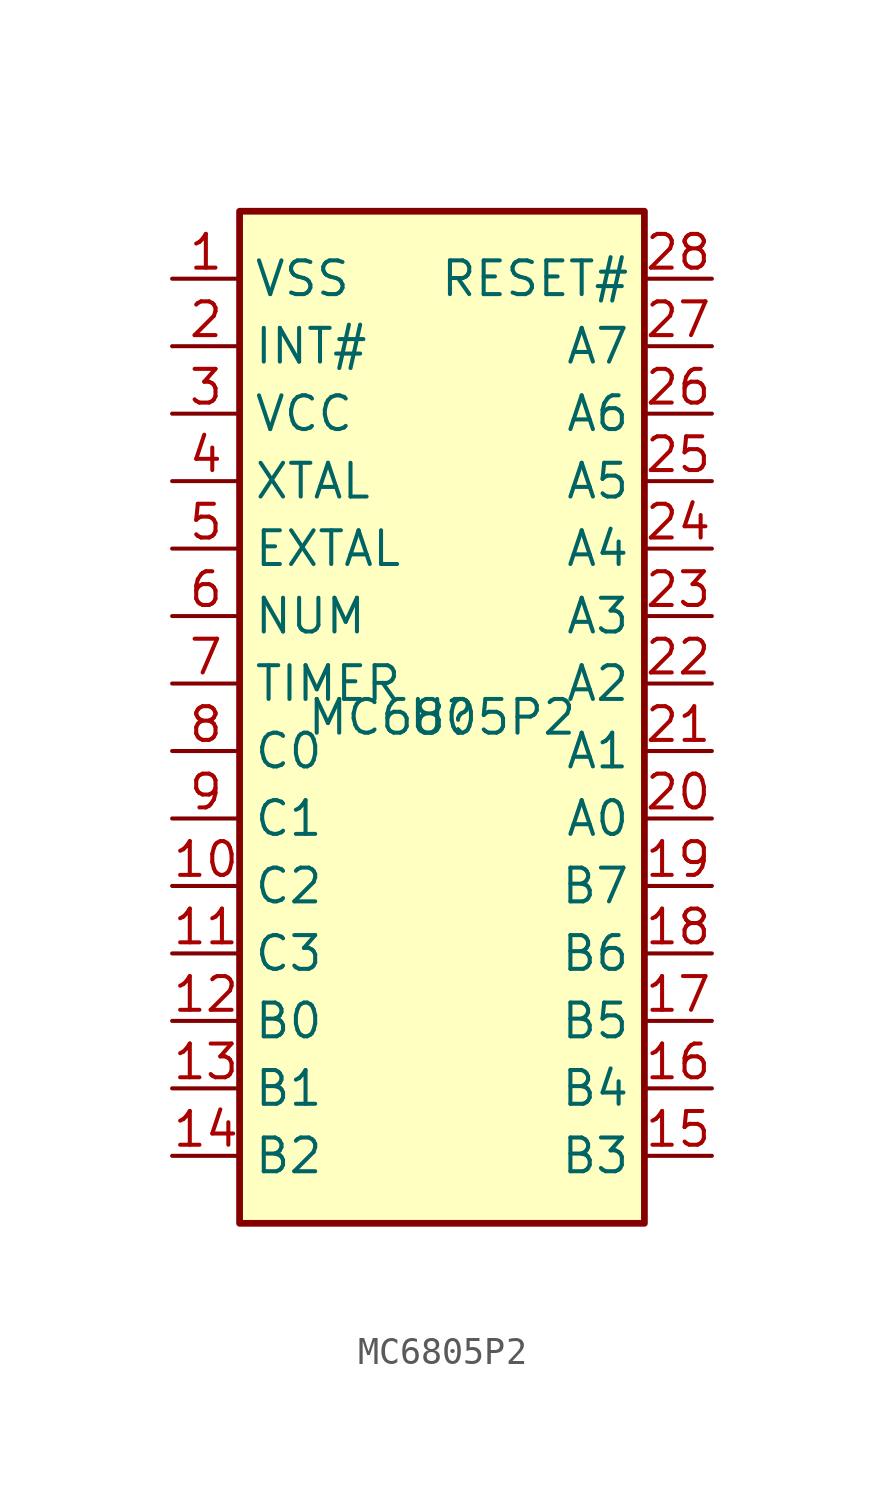
<source format=kicad_sym>
(kicad_symbol_lib
  (version 20231120)
  (generator "kicad_symbol_editor")
  (generator_version "8.0")
  (symbol "MC6805P2"
    (property "Reference" "U"
      (at 0 0 0)
      (effects (font (size 1.27 1.27))))
    (property "Value" "MC6805P2"
      (at 0 0 0)
      (effects (font (size 1.27 1.27))))
    (symbol "MC6805P2_1_1"
      (rectangle (start -7.62 19.05) (end 7.62 -19.05) (stroke (width 0.254) (type default)) (fill (type background)))
      (pin unspecified line (at -10.16 16.51 0) (length 2.54) (name "VSS" (effects (font (size 1.27 1.27)))) (number "1" (effects (font (size 1.27 1.27)))))
      (pin bidirectional line (at -10.16 -6.35 0) (length 2.54) (name "C2" (effects (font (size 1.27 1.27)))) (number "10" (effects (font (size 1.27 1.27)))))
      (pin bidirectional line (at -10.16 -8.89 0) (length 2.54) (name "C3" (effects (font (size 1.27 1.27)))) (number "11" (effects (font (size 1.27 1.27)))))
      (pin bidirectional line (at -10.16 -11.43 0) (length 2.54) (name "B0" (effects (font (size 1.27 1.27)))) (number "12" (effects (font (size 1.27 1.27)))))
      (pin bidirectional line (at -10.16 -13.97 0) (length 2.54) (name "B1" (effects (font (size 1.27 1.27)))) (number "13" (effects (font (size 1.27 1.27)))))
      (pin bidirectional line (at -10.16 -16.51 0) (length 2.54) (name "B2" (effects (font (size 1.27 1.27)))) (number "14" (effects (font (size 1.27 1.27)))))
      (pin bidirectional line (at 10.16 -16.51 180) (length 2.54) (name "B3" (effects (font (size 1.27 1.27)))) (number "15" (effects (font (size 1.27 1.27)))))
      (pin bidirectional line (at 10.16 -13.97 180) (length 2.54) (name "B4" (effects (font (size 1.27 1.27)))) (number "16" (effects (font (size 1.27 1.27)))))
      (pin bidirectional line (at 10.16 -11.43 180) (length 2.54) (name "B5" (effects (font (size 1.27 1.27)))) (number "17" (effects (font (size 1.27 1.27)))))
      (pin bidirectional line (at 10.16 -8.89 180) (length 2.54) (name "B6" (effects (font (size 1.27 1.27)))) (number "18" (effects (font (size 1.27 1.27)))))
      (pin bidirectional line (at 10.16 -6.35 180) (length 2.54) (name "B7" (effects (font (size 1.27 1.27)))) (number "19" (effects (font (size 1.27 1.27)))))
      (pin unspecified line (at -10.16 13.97 0) (length 2.54) (name "INT#" (effects (font (size 1.27 1.27)))) (number "2" (effects (font (size 1.27 1.27)))))
      (pin bidirectional line (at 10.16 -3.81 180) (length 2.54) (name "A0" (effects (font (size 1.27 1.27)))) (number "20" (effects (font (size 1.27 1.27)))))
      (pin bidirectional line (at 10.16 -1.27 180) (length 2.54) (name "A1" (effects (font (size 1.27 1.27)))) (number "21" (effects (font (size 1.27 1.27)))))
      (pin bidirectional line (at 10.16 1.27 180) (length 2.54) (name "A2" (effects (font (size 1.27 1.27)))) (number "22" (effects (font (size 1.27 1.27)))))
      (pin bidirectional line (at 10.16 3.81 180) (length 2.54) (name "A3" (effects (font (size 1.27 1.27)))) (number "23" (effects (font (size 1.27 1.27)))))
      (pin bidirectional line (at 10.16 6.35 180) (length 2.54) (name "A4" (effects (font (size 1.27 1.27)))) (number "24" (effects (font (size 1.27 1.27)))))
      (pin bidirectional line (at 10.16 8.89 180) (length 2.54) (name "A5" (effects (font (size 1.27 1.27)))) (number "25" (effects (font (size 1.27 1.27)))))
      (pin bidirectional line (at 10.16 11.43 180) (length 2.54) (name "A6" (effects (font (size 1.27 1.27)))) (number "26" (effects (font (size 1.27 1.27)))))
      (pin bidirectional line (at 10.16 13.97 180) (length 2.54) (name "A7" (effects (font (size 1.27 1.27)))) (number "27" (effects (font (size 1.27 1.27)))))
      (pin unspecified line (at 10.16 16.51 180) (length 2.54) (name "RESET#" (effects (font (size 1.27 1.27)))) (number "28" (effects (font (size 1.27 1.27)))))
      (pin unspecified line (at -10.16 11.43 0) (length 2.54) (name "VCC" (effects (font (size 1.27 1.27)))) (number "3" (effects (font (size 1.27 1.27)))))
      (pin unspecified line (at -10.16 8.89 0) (length 2.54) (name "XTAL" (effects (font (size 1.27 1.27)))) (number "4" (effects (font (size 1.27 1.27)))))
      (pin unspecified line (at -10.16 6.35 0) (length 2.54) (name "EXTAL" (effects (font (size 1.27 1.27)))) (number "5" (effects (font (size 1.27 1.27)))))
      (pin unspecified line (at -10.16 3.81 0) (length 2.54) (name "NUM" (effects (font (size 1.27 1.27)))) (number "6" (effects (font (size 1.27 1.27)))))
      (pin unspecified line (at -10.16 1.27 0) (length 2.54) (name "TIMER" (effects (font (size 1.27 1.27)))) (number "7" (effects (font (size 1.27 1.27)))))
      (pin bidirectional line (at -10.16 -1.27 0) (length 2.54) (name "C0" (effects (font (size 1.27 1.27)))) (number "8" (effects (font (size 1.27 1.27)))))
      (pin bidirectional line (at -10.16 -3.81 0) (length 2.54) (name "C1" (effects (font (size 1.27 1.27)))) (number "9" (effects (font (size 1.27 1.27))))))))
</source>
